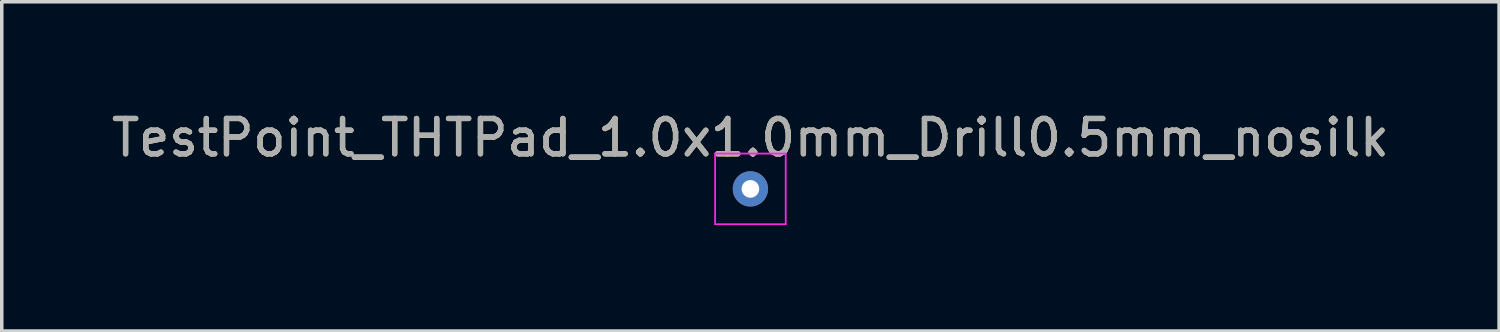
<source format=kicad_pcb>
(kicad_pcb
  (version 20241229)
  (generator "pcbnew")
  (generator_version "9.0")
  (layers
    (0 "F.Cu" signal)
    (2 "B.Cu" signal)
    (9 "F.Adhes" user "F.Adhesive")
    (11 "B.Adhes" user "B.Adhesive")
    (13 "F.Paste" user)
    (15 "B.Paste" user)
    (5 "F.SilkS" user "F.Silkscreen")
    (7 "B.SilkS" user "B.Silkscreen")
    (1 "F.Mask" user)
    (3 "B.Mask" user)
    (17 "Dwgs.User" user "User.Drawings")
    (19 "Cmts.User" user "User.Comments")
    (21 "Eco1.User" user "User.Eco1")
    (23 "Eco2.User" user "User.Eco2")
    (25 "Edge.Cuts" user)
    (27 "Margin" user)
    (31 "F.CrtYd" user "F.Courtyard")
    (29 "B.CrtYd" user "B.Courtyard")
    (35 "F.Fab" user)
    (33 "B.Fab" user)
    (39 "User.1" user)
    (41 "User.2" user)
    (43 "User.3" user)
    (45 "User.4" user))
  (footprint "TestPoint_THTPad_1.0x1.0mm_Drill0.5mm_nosilk"
    (layer "F.Cu")
    (at 18.196 2.298)
    (property "Reference" "TestPoint_THTPad_1.0x1.0mm_Drill0.5mm_nosilk" (at 0 -1.448 0) (layer "F.SilkS") (effects (font (size 1 1) (thickness 0.15))))
    (attr exclude_from_pos_files exclude_from_bom)
    (fp_line (start -1 -1) (end -1 1) (stroke (width 0.05) (type solid)) (layer "F.CrtYd"))
    (fp_line (start -1 -1) (end 1 -1) (stroke (width 0.05) (type solid)) (layer "F.CrtYd"))
    (fp_line (start 1 1) (end -1 1) (stroke (width 0.05) (type solid)) (layer "F.CrtYd"))
    (fp_line (start 1 1) (end 1 -1) (stroke (width 0.05) (type solid)) (layer "F.CrtYd"))
    (fp_text user "${REFERENCE}" (at 0 -1.45 0) (layer "F.Fab") (effects (font (size 1 1) (thickness 0.15))))
    (pad "1" thru_hole circle (at 0 0) (size 1 1) (drill 0.5) (layers "*.Cu" "*.Mask")))
  (gr_rect
    (start -3 -3)
    (end 39.393 6.323)
    (stroke (width 0.1) (type default))
    (fill no)
    (layer "Edge.Cuts")))
</source>
